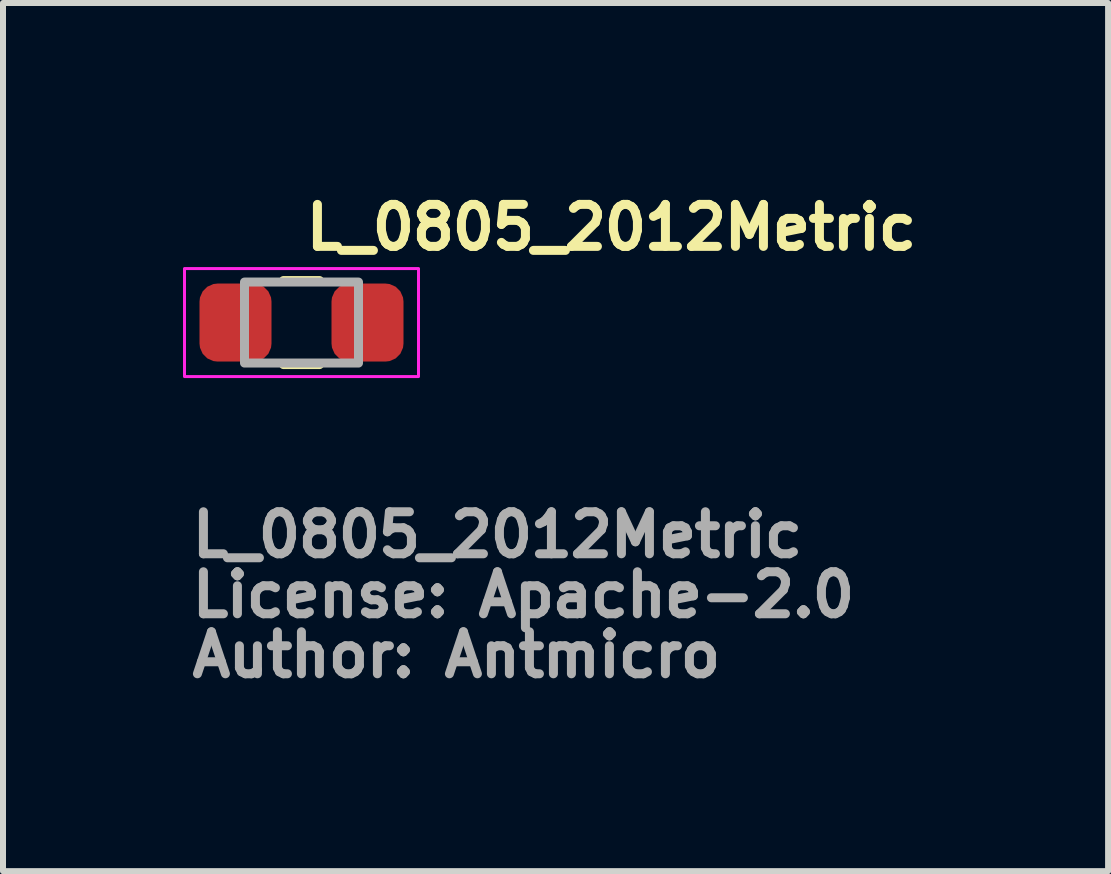
<source format=kicad_pcb>
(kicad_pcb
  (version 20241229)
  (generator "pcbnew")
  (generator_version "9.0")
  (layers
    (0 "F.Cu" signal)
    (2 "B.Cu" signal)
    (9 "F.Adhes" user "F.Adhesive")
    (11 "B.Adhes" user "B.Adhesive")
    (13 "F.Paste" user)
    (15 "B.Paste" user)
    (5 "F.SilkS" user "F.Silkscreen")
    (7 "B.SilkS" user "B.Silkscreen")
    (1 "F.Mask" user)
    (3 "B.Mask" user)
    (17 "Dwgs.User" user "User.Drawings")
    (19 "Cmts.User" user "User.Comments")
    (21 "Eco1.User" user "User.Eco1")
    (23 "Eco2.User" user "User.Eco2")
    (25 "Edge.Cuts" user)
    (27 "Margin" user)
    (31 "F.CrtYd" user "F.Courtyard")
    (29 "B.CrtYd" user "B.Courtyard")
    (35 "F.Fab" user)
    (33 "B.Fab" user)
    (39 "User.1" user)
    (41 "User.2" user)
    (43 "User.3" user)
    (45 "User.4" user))
  (footprint "L_0805_2012Metric"
    (layer "F.Cu")
    (at 1.975 2.326)
    (property "Reference" "L_0805_2012Metric" (at 0 -1.176 0) (layer "F.SilkS") (effects (font (size 0.7 0.7) (thickness 0.15)) (justify left bottom)))
    (attr smd)
    (fp_line (start -0.3 -0.7) (end 0.3 -0.7) (stroke (width 0.15) (type solid)) (layer "F.SilkS"))
    (fp_line (start -0.3 0.7) (end 0.3 0.7) (stroke (width 0.15) (type solid)) (layer "F.SilkS"))
    (fp_rect (start 1.95 -0.9) (end -1.95 0.9) (stroke (width 0.05) (type default)) (fill no) (layer "F.CrtYd"))
    (fp_rect (start -0.95 -0.675) (end 0.95 0.675) (stroke (width 0.15) (type solid)) (fill no) (layer "F.Fab"))
    (fp_rect (start -1 -0.624) (end 1 0.624) (stroke (width 0.1) (type solid)) (fill no) (layer "User.5"))
    (fp_line (start -1 -0.62) (end -1 -0.619) (stroke (width 0.02) (type solid)) (layer "User.9"))
    (fp_line (start -1 -0.619) (end -1 -0.619) (stroke (width 0.02) (type solid)) (layer "User.9"))
    (fp_line (start -1 -0.619) (end -1 -0.618) (stroke (width 0.02) (type solid)) (layer "User.9"))
    (fp_line (start -1 -0.618) (end -1 -0.618) (stroke (width 0.02) (type solid)) (layer "User.9"))
    (fp_line (start -1 -0.618) (end -1 -0.618) (stroke (width 0.02) (type solid)) (layer "User.9"))
    (fp_line (start -1 -0.618) (end -1 -0.617) (stroke (width 0.02) (type solid)) (layer "User.9"))
    (fp_line (start -1 -0.617) (end -1 -0.617) (stroke (width 0.02) (type solid)) (layer "User.9"))
    (fp_line (start -1 -0.617) (end -1 -0.616) (stroke (width 0.02) (type solid)) (layer "User.9"))
    (fp_line (start -1 -0.616) (end -1 -0.615) (stroke (width 0.02) (type solid)) (layer "User.9"))
    (fp_line (start -1 -0.615) (end -1 -0.615) (stroke (width 0.02) (type solid)) (layer "User.9"))
    (fp_line (start -1 -0.615) (end -1 -0.615) (stroke (width 0.02) (type solid)) (layer "User.9"))
    (fp_line (start -1 -0.615) (end -1 -0.614) (stroke (width 0.02) (type solid)) (layer "User.9"))
    (fp_line (start -1 -0.615) (end -1 0.613) (stroke (width 0.02) (type solid)) (layer "User.9"))
    (fp_line (start -1 -0.614) (end -1 -0.614) (stroke (width 0.02) (type solid)) (layer "User.9"))
    (fp_line (start -1 -0.614) (end -1 -0.613) (stroke (width 0.02) (type solid)) (layer "User.9"))
    (fp_line (start -1 -0.613) (end -1 -0.613) (stroke (width 0.02) (type solid)) (layer "User.9"))
    (fp_line (start -1 -0.613) (end -1 -0.613) (stroke (width 0.02) (type solid)) (layer "User.9"))
    (fp_line (start -1 -0.613) (end -1 -0.612) (stroke (width 0.02) (type solid)) (layer "User.9"))
    (fp_line (start -1 -0.612) (end -1 -0.612) (stroke (width 0.02) (type solid)) (layer "User.9"))
    (fp_line (start -1 -0.612) (end -1 -0.611) (stroke (width 0.02) (type solid)) (layer "User.9"))
    (fp_line (start -1 -0.611) (end -0.999 -0.611) (stroke (width 0.02) (type solid)) (layer "User.9"))
    (fp_line (start -1 0.609) (end -1 0.61) (stroke (width 0.02) (type solid)) (layer "User.9"))
    (fp_line (start -1 0.61) (end -1 0.61) (stroke (width 0.02) (type solid)) (layer "User.9"))
    (fp_line (start -1 0.61) (end -1 0.611) (stroke (width 0.02) (type solid)) (layer "User.9"))
    (fp_line (start -1 0.611) (end -1 0.611) (stroke (width 0.02) (type solid)) (layer "User.9"))
    (fp_line (start -1 0.611) (end -1 0.611) (stroke (width 0.02) (type solid)) (layer "User.9"))
    (fp_line (start -1 0.611) (end -1 0.612) (stroke (width 0.02) (type solid)) (layer "User.9"))
    (fp_line (start -1 0.612) (end -1 0.612) (stroke (width 0.02) (type solid)) (layer "User.9"))
    (fp_line (start -1 0.612) (end -1 0.613) (stroke (width 0.02) (type solid)) (layer "User.9"))
    (fp_line (start -1 0.613) (end -1 0.613) (stroke (width 0.02) (type solid)) (layer "User.9"))
    (fp_line (start -1 0.613) (end -1 0.613) (stroke (width 0.02) (type solid)) (layer "User.9"))
    (fp_line (start -1 0.613) (end -1 0.614) (stroke (width 0.02) (type solid)) (layer "User.9"))
    (fp_line (start -1 0.614) (end -1 0.615) (stroke (width 0.02) (type solid)) (layer "User.9"))
    (fp_line (start -1 0.615) (end -1 0.615) (stroke (width 0.02) (type solid)) (layer "User.9"))
    (fp_line (start -1 0.615) (end -1 0.616) (stroke (width 0.02) (type solid)) (layer "User.9"))
    (fp_line (start -1 0.616) (end -1 0.616) (stroke (width 0.02) (type solid)) (layer "User.9"))
    (fp_line (start -1 0.616) (end -1 0.616) (stroke (width 0.02) (type solid)) (layer "User.9"))
    (fp_line (start -1 0.616) (end -1 0.617) (stroke (width 0.02) (type solid)) (layer "User.9"))
    (fp_line (start -1 0.617) (end -1 0.617) (stroke (width 0.02) (type solid)) (layer "User.9"))
    (fp_line (start -1 0.617) (end -1 0.618) (stroke (width 0.02) (type solid)) (layer "User.9"))
    (fp_line (start -1 0.618) (end -0.999 0.618) (stroke (width 0.02) (type solid)) (layer "User.9"))
    (fp_line (start -0.999 -0.621) (end -0.999 -0.621) (stroke (width 0.02) (type solid)) (layer "User.9"))
    (fp_line (start -0.999 -0.621) (end -0.999 -0.621) (stroke (width 0.02) (type solid)) (layer "User.9"))
    (fp_line (start -0.999 -0.621) (end -0.999 -0.62) (stroke (width 0.02) (type solid)) (layer "User.9"))
    (fp_line (start -0.999 -0.62) (end -1 -0.62) (stroke (width 0.02) (type solid)) (layer "User.9"))
    (fp_line (start -0.999 -0.611) (end -0.999 -0.61) (stroke (width 0.02) (type solid)) (layer "User.9"))
    (fp_line (start -0.999 -0.61) (end -0.999 -0.61) (stroke (width 0.02) (type solid)) (layer "User.9"))
    (fp_line (start -0.999 -0.61) (end -0.999 -0.61) (stroke (width 0.02) (type solid)) (layer "User.9"))
    (fp_line (start -0.999 -0.61) (end -0.998 -0.609) (stroke (width 0.02) (type solid)) (layer "User.9"))
    (fp_line (start -0.999 0.608) (end -0.999 0.608) (stroke (width 0.02) (type solid)) (layer "User.9"))
    (fp_line (start -0.999 0.608) (end -0.999 0.608) (stroke (width 0.02) (type solid)) (layer "User.9"))
    (fp_line (start -0.999 0.608) (end -0.999 0.609) (stroke (width 0.02) (type solid)) (layer "User.9"))
    (fp_line (start -0.999 0.609) (end -1 0.609) (stroke (width 0.02) (type solid)) (layer "User.9"))
    (fp_line (start -0.999 0.618) (end -0.999 0.619) (stroke (width 0.02) (type solid)) (layer "User.9"))
    (fp_line (start -0.999 0.619) (end -0.999 0.619) (stroke (width 0.02) (type solid)) (layer "User.9"))
    (fp_line (start -0.999 0.619) (end -0.999 0.619) (stroke (width 0.02) (type solid)) (layer "User.9"))
    (fp_line (start -0.999 0.619) (end -0.998 0.62) (stroke (width 0.02) (type solid)) (layer "User.9"))
    (fp_line (start -0.998 -0.623) (end -0.998 -0.622) (stroke (width 0.02) (type solid)) (layer "User.9"))
    (fp_line (start -0.998 -0.622) (end -0.999 -0.621) (stroke (width 0.02) (type solid)) (layer "User.9"))
    (fp_line (start -0.998 -0.622) (end -0.998 -0.622) (stroke (width 0.02) (type solid)) (layer "User.9"))
    (fp_line (start -0.998 -0.609) (end -0.998 -0.609) (stroke (width 0.02) (type solid)) (layer "User.9"))
    (fp_line (start -0.998 -0.609) (end -0.998 -0.608) (stroke (width 0.02) (type solid)) (layer "User.9"))
    (fp_line (start -0.998 -0.608) (end -0.997 -0.608) (stroke (width 0.02) (type solid)) (layer "User.9"))
    (fp_line (start -0.998 0.606) (end -0.998 0.607) (stroke (width 0.02) (type solid)) (layer "User.9"))
    (fp_line (start -0.998 0.607) (end -0.999 0.608) (stroke (width 0.02) (type solid)) (layer "User.9"))
    (fp_line (start -0.998 0.607) (end -0.998 0.607) (stroke (width 0.02) (type solid)) (layer "User.9"))
    (fp_line (start -0.998 0.62) (end -0.998 0.62) (stroke (width 0.02) (type solid)) (layer "User.9"))
    (fp_line (start -0.998 0.62) (end -0.998 0.621) (stroke (width 0.02) (type solid)) (layer "User.9"))
    (fp_line (start -0.998 0.621) (end -0.997 0.621) (stroke (width 0.02) (type solid)) (layer "User.9"))
    (fp_line (start -0.997 -0.623) (end -0.998 -0.623) (stroke (width 0.02) (type solid)) (layer "User.9"))
    (fp_line (start -0.997 -0.623) (end -0.997 -0.623) (stroke (width 0.02) (type solid)) (layer "User.9"))
    (fp_line (start -0.997 -0.608) (end -0.997 -0.608) (stroke (width 0.02) (type solid)) (layer "User.9"))
    (fp_line (start -0.997 -0.608) (end -0.996 -0.607) (stroke (width 0.02) (type solid)) (layer "User.9"))
    (fp_line (start -0.997 0.606) (end -0.998 0.606) (stroke (width 0.02) (type solid)) (layer "User.9"))
    (fp_line (start -0.997 0.606) (end -0.997 0.606) (stroke (width 0.02) (type solid)) (layer "User.9"))
    (fp_line (start -0.997 0.621) (end -0.997 0.621) (stroke (width 0.02) (type solid)) (layer "User.9"))
    (fp_line (start -0.997 0.621) (end -0.996 0.622) (stroke (width 0.02) (type solid)) (layer "User.9"))
    (fp_line (start -0.996 -0.624) (end -0.997 -0.623) (stroke (width 0.02) (type solid)) (layer "User.9"))
    (fp_line (start -0.996 -0.624) (end -0.996 -0.624) (stroke (width 0.02) (type solid)) (layer "User.9"))
    (fp_line (start -0.996 -0.624) (end -0.996 -0.624) (stroke (width 0.02) (type solid)) (layer "User.9"))
    (fp_line (start -0.996 -0.607) (end -0.996 -0.607) (stroke (width 0.02) (type solid)) (layer "User.9"))
    (fp_line (start -0.996 -0.607) (end -0.996 -0.607) (stroke (width 0.02) (type solid)) (layer "User.9"))
    (fp_line (start -0.996 -0.607) (end -0.995 -0.607) (stroke (width 0.02) (type solid)) (layer "User.9"))
    (fp_line (start -0.996 0.605) (end -0.997 0.606) (stroke (width 0.02) (type solid)) (layer "User.9"))
    (fp_line (start -0.996 0.605) (end -0.996 0.605) (stroke (width 0.02) (type solid)) (layer "User.9"))
    (fp_line (start -0.996 0.605) (end -0.996 0.605) (stroke (width 0.02) (type solid)) (layer "User.9"))
    (fp_line (start -0.996 0.622) (end -0.996 0.622) (stroke (width 0.02) (type solid)) (layer "User.9"))
    (fp_line (start -0.996 0.622) (end -0.996 0.622) (stroke (width 0.02) (type solid)) (layer "User.9"))
    (fp_line (start -0.996 0.622) (end -0.995 0.622) (stroke (width 0.02) (type solid)) (layer "User.9"))
    (fp_line (start -0.995 -0.625) (end -0.995 -0.624) (stroke (width 0.02) (type solid)) (layer "User.9"))
    (fp_line (start -0.995 -0.624) (end -0.996 -0.624) (stroke (width 0.02) (type solid)) (layer "User.9"))
    (fp_line (start -0.995 -0.607) (end -0.995 -0.606) (stroke (width 0.02) (type solid)) (layer "User.9"))
    (fp_line (start -0.995 -0.606) (end -0.994 -0.606) (stroke (width 0.02) (type solid)) (layer "User.9"))
    (fp_line (start -0.995 0.604) (end -0.995 0.605) (stroke (width 0.02) (type solid)) (layer "User.9"))
    (fp_line (start -0.995 0.605) (end -0.996 0.605) (stroke (width 0.02) (type solid)) (layer "User.9"))
    (fp_line (start -0.995 0.622) (end -0.995 0.623) (stroke (width 0.02) (type solid)) (layer "User.9"))
    (fp_line (start -0.995 0.623) (end -0.994 0.623) (stroke (width 0.02) (type solid)) (layer "User.9"))
    (fp_line (start -0.994 -0.625) (end -0.995 -0.625) (stroke (width 0.02) (type solid)) (layer "User.9"))
    (fp_line (start -0.994 -0.625) (end -0.994 -0.625) (stroke (width 0.02) (type solid)) (layer "User.9"))
    (fp_line (start -0.994 -0.606) (end -0.994 -0.606) (stroke (width 0.02) (type solid)) (layer "User.9"))
    (fp_line (start -0.994 -0.606) (end -0.993 -0.606) (stroke (width 0.02) (type solid)) (layer "User.9"))
    (fp_line (start -0.994 0.604) (end -0.995 0.604) (stroke (width 0.02) (type solid)) (layer "User.9"))
    (fp_line (start -0.994 0.604) (end -0.994 0.604) (stroke (width 0.02) (type solid)) (layer "User.9"))
    (fp_line (start -0.994 0.623) (end -0.994 0.623) (stroke (width 0.02) (type solid)) (layer "User.9"))
    (fp_line (start -0.994 0.623) (end -0.993 0.623) (stroke (width 0.02) (type solid)) (layer "User.9"))
    (fp_line (start -0.993 -0.625) (end -0.994 -0.625) (stroke (width 0.02) (type solid)) (layer "User.9"))
    (fp_line (start -0.993 -0.625) (end -0.993 -0.625) (stroke (width 0.02) (type solid)) (layer "User.9"))
    (fp_line (start -0.993 -0.625) (end -0.993 -0.625) (stroke (width 0.02) (type solid)) (layer "User.9"))
    (fp_line (start -0.993 -0.606) (end -0.993 -0.606) (stroke (width 0.02) (type solid)) (layer "User.9"))
    (fp_line (start -0.993 -0.606) (end -0.993 -0.606) (stroke (width 0.02) (type solid)) (layer "User.9"))
    (fp_line (start -0.993 -0.606) (end -0.992 -0.606) (stroke (width 0.02) (type solid)) (layer "User.9"))
    (fp_line (start -0.993 0.604) (end -0.994 0.604) (stroke (width 0.02) (type solid)) (layer "User.9"))
    (fp_line (start -0.993 0.604) (end -0.993 0.604) (stroke (width 0.02) (type solid)) (layer "User.9"))
    (fp_line (start -0.993 0.604) (end -0.993 0.604) (stroke (width 0.02) (type solid)) (layer "User.9"))
    (fp_line (start -0.993 0.623) (end -0.993 0.623) (stroke (width 0.02) (type solid)) (layer "User.9"))
    (fp_line (start -0.993 0.623) (end -0.993 0.623) (stroke (width 0.02) (type solid)) (layer "User.9"))
    (fp_line (start -0.993 0.623) (end -0.992 0.623) (stroke (width 0.02) (type solid)) (layer "User.9"))
    (fp_line (start -0.992 -0.625) (end -0.993 -0.625) (stroke (width 0.02) (type solid)) (layer "User.9"))
    (fp_line (start -0.992 -0.625) (end -0.992 -0.625) (stroke (width 0.02) (type solid)) (layer "User.9"))
    (fp_line (start -0.992 -0.606) (end -0.992 -0.606) (stroke (width 0.02) (type solid)) (layer "User.9"))
    (fp_line (start -0.992 -0.606) (end -0.991 -0.606) (stroke (width 0.02) (type solid)) (layer "User.9"))
    (fp_line (start -0.992 0.604) (end -0.993 0.604) (stroke (width 0.02) (type solid)) (layer "User.9"))
    (fp_line (start -0.992 0.604) (end -0.992 0.604) (stroke (width 0.02) (type solid)) (layer "User.9"))
    (fp_line (start -0.992 0.623) (end -0.992 0.623) (stroke (width 0.02) (type solid)) (layer "User.9"))
    (fp_line (start -0.992 0.623) (end -0.991 0.623) (stroke (width 0.02) (type solid)) (layer "User.9"))
    (fp_line (start -0.991 -0.625) (end -0.992 -0.625) (stroke (width 0.02) (type solid)) (layer "User.9"))
    (fp_line (start -0.991 -0.606) (end -0.99 -0.605) (stroke (width 0.02) (type solid)) (layer "User.9"))
    (fp_line (start -0.991 0.604) (end -0.992 0.604) (stroke (width 0.02) (type solid)) (layer "User.9"))
    (fp_line (start -0.991 0.623) (end -0.99 0.623) (stroke (width 0.02) (type solid)) (layer "User.9"))
    (fp_line (start -0.99 -0.625) (end -0.991 -0.625) (stroke (width 0.02) (type solid)) (layer "User.9"))
    (fp_line (start -0.99 -0.625) (end -0.99 -0.625) (stroke (width 0.02) (type solid)) (layer "User.9"))
    (fp_line (start -0.99 -0.625) (end -0.99 -0.625) (stroke (width 0.02) (type solid)) (layer "User.9"))
    (fp_line (start -0.99 -0.606) (end -0.989 -0.606) (stroke (width 0.02) (type solid)) (layer "User.9"))
    (fp_line (start -0.99 -0.605) (end -0.99 -0.606) (stroke (width 0.02) (type solid)) (layer "User.9"))
    (fp_line (start -0.99 -0.605) (end -0.99 -0.605) (stroke (width 0.02) (type solid)) (layer "User.9"))
    (fp_line (start -0.99 0.604) (end -0.991 0.604) (stroke (width 0.02) (type solid)) (layer "User.9"))
    (fp_line (start -0.99 0.604) (end -0.99 0.604) (stroke (width 0.02) (type solid)) (layer "User.9"))
    (fp_line (start -0.99 0.604) (end -0.99 0.604) (stroke (width 0.02) (type solid)) (layer "User.9"))
    (fp_line (start -0.99 0.623) (end -0.99 0.623) (stroke (width 0.02) (type solid)) (layer "User.9"))
    (fp_line (start -0.99 0.623) (end -0.99 0.623) (stroke (width 0.02) (type solid)) (layer "User.9"))
    (fp_line (start -0.99 0.623) (end -0.989 0.623) (stroke (width 0.02) (type solid)) (layer "User.9"))
    (fp_line (start -0.99 0.623) (end -0.5 0.623) (stroke (width 0.02) (type solid)) (layer "User.9"))
    (fp_line (start -0.989 -0.625) (end -0.99 -0.625) (stroke (width 0.02) (type solid)) (layer "User.9"))
    (fp_line (start -0.989 -0.625) (end -0.989 -0.625) (stroke (width 0.02) (type solid)) (layer "User.9"))
    (fp_line (start -0.989 -0.606) (end -0.989 -0.606) (stroke (width 0.02) (type solid)) (layer "User.9"))
    (fp_line (start -0.989 -0.606) (end -0.988 -0.606) (stroke (width 0.02) (type solid)) (layer "User.9"))
    (fp_line (start -0.989 0.604) (end -0.99 0.604) (stroke (width 0.02) (type solid)) (layer "User.9"))
    (fp_line (start -0.989 0.604) (end -0.989 0.604) (stroke (width 0.02) (type solid)) (layer "User.9"))
    (fp_line (start -0.989 0.623) (end -0.989 0.623) (stroke (width 0.02) (type solid)) (layer "User.9"))
    (fp_line (start -0.989 0.623) (end -0.988 0.623) (stroke (width 0.02) (type solid)) (layer "User.9"))
    (fp_line (start -0.988 -0.625) (end -0.989 -0.625) (stroke (width 0.02) (type solid)) (layer "User.9"))
    (fp_line (start -0.988 -0.625) (end -0.988 -0.625) (stroke (width 0.02) (type solid)) (layer "User.9"))
    (fp_line (start -0.988 -0.625) (end -0.988 -0.625) (stroke (width 0.02) (type solid)) (layer "User.9"))
    (fp_line (start -0.988 -0.606) (end -0.988 -0.606) (stroke (width 0.02) (type solid)) (layer "User.9"))
    (fp_line (start -0.988 -0.606) (end -0.988 -0.606) (stroke (width 0.02) (type solid)) (layer "User.9"))
    (fp_line (start -0.988 -0.606) (end -0.987 -0.606) (stroke (width 0.02) (type solid)) (layer "User.9"))
    (fp_line (start -0.988 0.604) (end -0.989 0.604) (stroke (width 0.02) (type solid)) (layer "User.9"))
    (fp_line (start -0.988 0.604) (end -0.988 0.604) (stroke (width 0.02) (type solid)) (layer "User.9"))
    (fp_line (start -0.988 0.604) (end -0.988 0.604) (stroke (width 0.02) (type solid)) (layer "User.9"))
    (fp_line (start -0.988 0.623) (end -0.988 0.623) (stroke (width 0.02) (type solid)) (layer "User.9"))
    (fp_line (start -0.988 0.623) (end -0.988 0.623) (stroke (width 0.02) (type solid)) (layer "User.9"))
    (fp_line (start -0.988 0.623) (end -0.987 0.623) (stroke (width 0.02) (type solid)) (layer "User.9"))
    (fp_line (start -0.987 -0.625) (end -0.988 -0.625) (stroke (width 0.02) (type solid)) (layer "User.9"))
    (fp_line (start -0.987 -0.625) (end -0.987 -0.625) (stroke (width 0.02) (type solid)) (layer "User.9"))
    (fp_line (start -0.987 -0.606) (end -0.987 -0.606) (stroke (width 0.02) (type solid)) (layer "User.9"))
    (fp_line (start -0.987 -0.606) (end -0.986 -0.606) (stroke (width 0.02) (type solid)) (layer "User.9"))
    (fp_line (start -0.987 0.604) (end -0.988 0.604) (stroke (width 0.02) (type solid)) (layer "User.9"))
    (fp_line (start -0.987 0.604) (end -0.987 0.604) (stroke (width 0.02) (type solid)) (layer "User.9"))
    (fp_line (start -0.987 0.623) (end -0.987 0.623) (stroke (width 0.02) (type solid)) (layer "User.9"))
    (fp_line (start -0.987 0.623) (end -0.986 0.623) (stroke (width 0.02) (type solid)) (layer "User.9"))
    (fp_line (start -0.986 -0.625) (end -0.987 -0.625) (stroke (width 0.02) (type solid)) (layer "User.9"))
    (fp_line (start -0.986 -0.624) (end -0.986 -0.625) (stroke (width 0.02) (type solid)) (layer "User.9"))
    (fp_line (start -0.986 -0.607) (end -0.985 -0.607) (stroke (width 0.02) (type solid)) (layer "User.9"))
    (fp_line (start -0.986 -0.606) (end -0.986 -0.607) (stroke (width 0.02) (type solid)) (layer "User.9"))
    (fp_line (start -0.986 0.604) (end -0.987 0.604) (stroke (width 0.02) (type solid)) (layer "User.9"))
    (fp_line (start -0.986 0.605) (end -0.986 0.604) (stroke (width 0.02) (type solid)) (layer "User.9"))
    (fp_line (start -0.986 0.622) (end -0.985 0.622) (stroke (width 0.02) (type solid)) (layer "User.9"))
    (fp_line (start -0.986 0.623) (end -0.986 0.622) (stroke (width 0.02) (type solid)) (layer "User.9"))
    (fp_line (start -0.985 -0.624) (end -0.986 -0.624) (stroke (width 0.02) (type solid)) (layer "User.9"))
    (fp_line (start -0.985 -0.624) (end -0.985 -0.624) (stroke (width 0.02) (type solid)) (layer "User.9"))
    (fp_line (start -0.985 -0.624) (end -0.985 -0.624) (stroke (width 0.02) (type solid)) (layer "User.9"))
    (fp_line (start -0.985 -0.607) (end -0.985 -0.607) (stroke (width 0.02) (type solid)) (layer "User.9"))
    (fp_line (start -0.985 -0.607) (end -0.985 -0.607) (stroke (width 0.02) (type solid)) (layer "User.9"))
    (fp_line (start -0.985 -0.607) (end -0.984 -0.608) (stroke (width 0.02) (type solid)) (layer "User.9"))
    (fp_line (start -0.985 0.605) (end -0.986 0.605) (stroke (width 0.02) (type solid)) (layer "User.9"))
    (fp_line (start -0.985 0.605) (end -0.985 0.605) (stroke (width 0.02) (type solid)) (layer "User.9"))
    (fp_line (start -0.985 0.605) (end -0.985 0.605) (stroke (width 0.02) (type solid)) (layer "User.9"))
    (fp_line (start -0.985 0.622) (end -0.985 0.622) (stroke (width 0.02) (type solid)) (layer "User.9"))
    (fp_line (start -0.985 0.622) (end -0.985 0.622) (stroke (width 0.02) (type solid)) (layer "User.9"))
    (fp_line (start -0.985 0.622) (end -0.984 0.621) (stroke (width 0.02) (type solid)) (layer "User.9"))
    (fp_line (start -0.984 -0.623) (end -0.985 -0.624) (stroke (width 0.02) (type solid)) (layer "User.9"))
    (fp_line (start -0.984 -0.623) (end -0.984 -0.623) (stroke (width 0.02) (type solid)) (layer "User.9"))
    (fp_line (start -0.984 -0.608) (end -0.984 -0.608) (stroke (width 0.02) (type solid)) (layer "User.9"))
    (fp_line (start -0.984 -0.608) (end -0.983 -0.608) (stroke (width 0.02) (type solid)) (layer "User.9"))
    (fp_line (start -0.984 0.606) (end -0.985 0.605) (stroke (width 0.02) (type solid)) (layer "User.9"))
    (fp_line (start -0.984 0.606) (end -0.984 0.606) (stroke (width 0.02) (type solid)) (layer "User.9"))
    (fp_line (start -0.984 0.621) (end -0.984 0.621) (stroke (width 0.02) (type solid)) (layer "User.9"))
    (fp_line (start -0.984 0.621) (end -0.983 0.621) (stroke (width 0.02) (type solid)) (layer "User.9"))
    (fp_line (start -0.983 -0.623) (end -0.984 -0.623) (stroke (width 0.02) (type solid)) (layer "User.9"))
    (fp_line (start -0.983 -0.622) (end -0.983 -0.623) (stroke (width 0.02) (type solid)) (layer "User.9"))
    (fp_line (start -0.983 -0.622) (end -0.983 -0.622) (stroke (width 0.02) (type solid)) (layer "User.9"))
    (fp_line (start -0.983 -0.609) (end -0.983 -0.609) (stroke (width 0.02) (type solid)) (layer "User.9"))
    (fp_line (start -0.983 -0.609) (end -0.982 -0.61) (stroke (width 0.02) (type solid)) (layer "User.9"))
    (fp_line (start -0.983 -0.608) (end -0.983 -0.609) (stroke (width 0.02) (type solid)) (layer "User.9"))
    (fp_line (start -0.983 0.606) (end -0.984 0.606) (stroke (width 0.02) (type solid)) (layer "User.9"))
    (fp_line (start -0.983 0.607) (end -0.983 0.606) (stroke (width 0.02) (type solid)) (layer "User.9"))
    (fp_line (start -0.983 0.607) (end -0.983 0.607) (stroke (width 0.02) (type solid)) (layer "User.9"))
    (fp_line (start -0.983 0.62) (end -0.983 0.62) (stroke (width 0.02) (type solid)) (layer "User.9"))
    (fp_line (start -0.983 0.62) (end -0.982 0.619) (stroke (width 0.02) (type solid)) (layer "User.9"))
    (fp_line (start -0.983 0.621) (end -0.983 0.62) (stroke (width 0.02) (type solid)) (layer "User.9"))
    (fp_line (start -0.982 -0.621) (end -0.983 -0.622) (stroke (width 0.02) (type solid)) (layer "User.9"))
    (fp_line (start -0.982 -0.621) (end -0.982 -0.621) (stroke (width 0.02) (type solid)) (layer "User.9"))
    (fp_line (start -0.982 -0.621) (end -0.982 -0.621) (stroke (width 0.02) (type solid)) (layer "User.9"))
    (fp_line (start -0.982 -0.62) (end -0.982 -0.621) (stroke (width 0.02) (type solid)) (layer "User.9"))
    (fp_line (start -0.982 -0.611) (end -0.981 -0.611) (stroke (width 0.02) (type solid)) (layer "User.9"))
    (fp_line (start -0.982 -0.61) (end -0.982 -0.611) (stroke (width 0.02) (type solid)) (layer "User.9"))
    (fp_line (start -0.982 -0.61) (end -0.982 -0.61) (stroke (width 0.02) (type solid)) (layer "User.9"))
    (fp_line (start -0.982 -0.61) (end -0.982 -0.61) (stroke (width 0.02) (type solid)) (layer "User.9"))
    (fp_line (start -0.982 0.608) (end -0.983 0.607) (stroke (width 0.02) (type solid)) (layer "User.9"))
    (fp_line (start -0.982 0.608) (end -0.982 0.608) (stroke (width 0.02) (type solid)) (layer "User.9"))
    (fp_line (start -0.982 0.608) (end -0.982 0.608) (stroke (width 0.02) (type solid)) (layer "User.9"))
    (fp_line (start -0.982 0.609) (end -0.982 0.608) (stroke (width 0.02) (type solid)) (layer "User.9"))
    (fp_line (start -0.982 0.618) (end -0.981 0.618) (stroke (width 0.02) (type solid)) (layer "User.9"))
    (fp_line (start -0.982 0.619) (end -0.982 0.618) (stroke (width 0.02) (type solid)) (layer "User.9"))
    (fp_line (start -0.982 0.619) (end -0.982 0.619) (stroke (width 0.02) (type solid)) (layer "User.9"))
    (fp_line (start -0.982 0.619) (end -0.982 0.619) (stroke (width 0.02) (type solid)) (layer "User.9"))
    (fp_line (start -0.981 -0.62) (end -0.982 -0.62) (stroke (width 0.02) (type solid)) (layer "User.9"))
    (fp_line (start -0.981 -0.619) (end -0.981 -0.62) (stroke (width 0.02) (type solid)) (layer "User.9"))
    (fp_line (start -0.981 -0.619) (end -0.981 -0.619) (stroke (width 0.02) (type solid)) (layer "User.9"))
    (fp_line (start -0.981 -0.618) (end -0.981 -0.619) (stroke (width 0.02) (type solid)) (layer "User.9"))
    (fp_line (start -0.981 -0.618) (end -0.981 -0.618) (stroke (width 0.02) (type solid)) (layer "User.9"))
    (fp_line (start -0.981 -0.618) (end -0.981 -0.618) (stroke (width 0.02) (type solid)) (layer "User.9"))
    (fp_line (start -0.981 -0.617) (end -0.981 -0.618) (stroke (width 0.02) (type solid)) (layer "User.9"))
    (fp_line (start -0.981 -0.617) (end -0.981 -0.617) (stroke (width 0.02) (type solid)) (layer "User.9"))
    (fp_line (start -0.981 -0.616) (end -0.981 -0.617) (stroke (width 0.02) (type solid)) (layer "User.9"))
    (fp_line (start -0.981 -0.615) (end -0.98 -0.615) (stroke (width 0.02) (type solid)) (layer "User.9"))
    (fp_line (start -0.981 -0.614) (end -0.981 -0.615) (stroke (width 0.02) (type solid)) (layer "User.9"))
    (fp_line (start -0.981 -0.614) (end -0.981 -0.614) (stroke (width 0.02) (type solid)) (layer "User.9"))
    (fp_line (start -0.981 -0.613) (end -0.981 -0.614) (stroke (width 0.02) (type solid)) (layer "User.9"))
    (fp_line (start -0.981 -0.613) (end -0.981 -0.613) (stroke (width 0.02) (type solid)) (layer "User.9"))
    (fp_line (start -0.981 -0.613) (end -0.981 -0.613) (stroke (width 0.02) (type solid)) (layer "User.9"))
    (fp_line (start -0.981 -0.612) (end -0.981 -0.613) (stroke (width 0.02) (type solid)) (layer "User.9"))
    (fp_line (start -0.981 -0.612) (end -0.981 -0.612) (stroke (width 0.02) (type solid)) (layer "User.9"))
    (fp_line (start -0.981 -0.611) (end -0.981 -0.612) (stroke (width 0.02) (type solid)) (layer "User.9"))
    (fp_line (start -0.981 0.609) (end -0.982 0.609) (stroke (width 0.02) (type solid)) (layer "User.9"))
    (fp_line (start -0.981 0.61) (end -0.981 0.609) (stroke (width 0.02) (type solid)) (layer "User.9"))
    (fp_line (start -0.981 0.61) (end -0.981 0.61) (stroke (width 0.02) (type solid)) (layer "User.9"))
    (fp_line (start -0.981 0.611) (end -0.981 0.61) (stroke (width 0.02) (type solid)) (layer "User.9"))
    (fp_line (start -0.981 0.611) (end -0.981 0.611) (stroke (width 0.02) (type solid)) (layer "User.9"))
    (fp_line (start -0.981 0.611) (end -0.981 0.611) (stroke (width 0.02) (type solid)) (layer "User.9"))
    (fp_line (start -0.981 0.612) (end -0.981 0.611) (stroke (width 0.02) (type solid)) (layer "User.9"))
    (fp_line (start -0.981 0.612) (end -0.981 0.612) (stroke (width 0.02) (type solid)) (layer "User.9"))
    (fp_line (start -0.981 0.613) (end -0.981 0.612) (stroke (width 0.02) (type solid)) (layer "User.9"))
    (fp_line (start -0.981 0.614) (end -0.98 0.613) (stroke (width 0.02) (type solid)) (layer "User.9"))
    (fp_line (start -0.981 0.615) (end -0.981 0.614) (stroke (width 0.02) (type solid)) (layer "User.9"))
    (fp_line (start -0.981 0.615) (end -0.981 0.615) (stroke (width 0.02) (type solid)) (layer "User.9"))
    (fp_line (start -0.981 0.616) (end -0.981 0.615) (stroke (width 0.02) (type solid)) (layer "User.9"))
    (fp_line (start -0.981 0.616) (end -0.981 0.616) (stroke (width 0.02) (type solid)) (layer "User.9"))
    (fp_line (start -0.981 0.616) (end -0.981 0.616) (stroke (width 0.02) (type solid)) (layer "User.9"))
    (fp_line (start -0.981 0.617) (end -0.981 0.616) (stroke (width 0.02) (type solid)) (layer "User.9"))
    (fp_line (start -0.981 0.617) (end -0.981 0.617) (stroke (width 0.02) (type solid)) (layer "User.9"))
    (fp_line (start -0.981 0.618) (end -0.981 0.617) (stroke (width 0.02) (type solid)) (layer "User.9"))
    (fp_line (start -0.98 -0.615) (end -0.981 -0.616) (stroke (width 0.02) (type solid)) (layer "User.9"))
    (fp_line (start -0.98 -0.615) (end -0.98 -0.615) (stroke (width 0.02) (type solid)) (layer "User.9"))
    (fp_line (start -0.98 -0.615) (end -0.98 -0.615) (stroke (width 0.02) (type solid)) (layer "User.9"))
    (fp_line (start -0.98 0.613) (end -0.981 0.613) (stroke (width 0.02) (type solid)) (layer "User.9"))
    (fp_line (start -0.98 0.613) (end -0.98 0.613) (stroke (width 0.02) (type solid)) (layer "User.9"))
    (fp_line (start -0.98 0.613) (end -0.98 0.613) (stroke (width 0.02) (type solid)) (layer "User.9"))
    (fp_line (start -0.5 -0.625) (end -0.99 -0.625) (stroke (width 0.02) (type solid)) (layer "User.9"))
    (fp_line (start -0.5 -0.615) (end -0.5 -0.625) (stroke (width 0.02) (type solid)) (layer "User.9"))
    (fp_line (start -0.5 0.609) (end 0.498 0.609) (stroke (width 0.02) (type solid)) (layer "User.9"))
    (fp_line (start -0.5 0.613) (end -0.5 -0.615) (stroke (width 0.02) (type solid)) (layer "User.9"))
    (fp_line (start -0.5 0.623) (end -0.5 0.613) (stroke (width 0.02) (type solid)) (layer "User.9"))
    (fp_line (start 0.498 -0.625) (end 0.498 -0.615) (stroke (width 0.02) (type solid)) (layer "User.9"))
    (fp_line (start 0.498 -0.615) (end 0.498 0.613) (stroke (width 0.02) (type solid)) (layer "User.9"))
    (fp_line (start 0.498 -0.61) (end -0.5 -0.61) (stroke (width 0.02) (type solid)) (layer "User.9"))
    (fp_line (start 0.498 0.613) (end 0.498 0.623) (stroke (width 0.02) (type solid)) (layer "User.9"))
    (fp_line (start 0.498 0.623) (end 0.988 0.623) (stroke (width 0.02) (type solid)) (layer "User.9"))
    (fp_line (start 0.978 -0.615) (end 0.978 -0.615) (stroke (width 0.02) (type solid)) (layer "User.9"))
    (fp_line (start 0.978 -0.615) (end 0.979 -0.615) (stroke (width 0.02) (type solid)) (layer "User.9"))
    (fp_line (start 0.978 0.613) (end 0.978 0.613) (stroke (width 0.02) (type solid)) (layer "User.9"))
    (fp_line (start 0.978 0.613) (end 0.979 0.614) (stroke (width 0.02) (type solid)) (layer "User.9"))
    (fp_line (start 0.979 -0.62) (end 0.979 -0.619) (stroke (width 0.02) (type solid)) (layer "User.9"))
    (fp_line (start 0.979 -0.619) (end 0.979 -0.619) (stroke (width 0.02) (type solid)) (layer "User.9"))
    (fp_line (start 0.979 -0.619) (end 0.979 -0.618) (stroke (width 0.02) (type solid)) (layer "User.9"))
    (fp_line (start 0.979 -0.618) (end 0.979 -0.618) (stroke (width 0.02) (type solid)) (layer "User.9"))
    (fp_line (start 0.979 -0.618) (end 0.979 -0.618) (stroke (width 0.02) (type solid)) (layer "User.9"))
    (fp_line (start 0.979 -0.618) (end 0.979 -0.617) (stroke (width 0.02) (type solid)) (layer "User.9"))
    (fp_line (start 0.979 -0.617) (end 0.979 -0.617) (stroke (width 0.02) (type solid)) (layer "User.9"))
    (fp_line (start 0.979 -0.617) (end 0.979 -0.616) (stroke (width 0.02) (type solid)) (layer "User.9"))
    (fp_line (start 0.979 -0.616) (end 0.978 -0.615) (stroke (width 0.02) (type solid)) (layer "User.9"))
    (fp_line (start 0.979 -0.615) (end 0.979 -0.614) (stroke (width 0.02) (type solid)) (layer "User.9"))
    (fp_line (start 0.979 -0.614) (end 0.979 -0.614) (stroke (width 0.02) (type solid)) (layer "User.9"))
    (fp_line (start 0.979 -0.614) (end 0.979 -0.613) (stroke (width 0.02) (type solid)) (layer "User.9"))
    (fp_line (start 0.979 -0.613) (end 0.979 -0.613) (stroke (width 0.02) (type solid)) (layer "User.9"))
    (fp_line (start 0.979 -0.613) (end 0.979 -0.613) (stroke (width 0.02) (type solid)) (layer "User.9"))
    (fp_line (start 0.979 -0.613) (end 0.979 -0.612) (stroke (width 0.02) (type solid)) (layer "User.9"))
    (fp_line (start 0.979 -0.612) (end 0.979 -0.612) (stroke (width 0.02) (type solid)) (layer "User.9"))
    (fp_line (start 0.979 -0.612) (end 0.979 -0.611) (stroke (width 0.02) (type solid)) (layer "User.9"))
    (fp_line (start 0.979 -0.611) (end 0.98 -0.611) (stroke (width 0.02) (type solid)) (layer "User.9"))
    (fp_line (start 0.979 0.609) (end 0.979 0.61) (stroke (width 0.02) (type solid)) (layer "User.9"))
    (fp_line (start 0.979 0.61) (end 0.979 0.61) (stroke (width 0.02) (type solid)) (layer "User.9"))
    (fp_line (start 0.979 0.61) (end 0.979 0.611) (stroke (width 0.02) (type solid)) (layer "User.9"))
    (fp_line (start 0.979 0.611) (end 0.979 0.611) (stroke (width 0.02) (type solid)) (layer "User.9"))
    (fp_line (start 0.979 0.611) (end 0.979 0.611) (stroke (width 0.02) (type solid)) (layer "User.9"))
    (fp_line (start 0.979 0.611) (end 0.979 0.612) (stroke (width 0.02) (type solid)) (layer "User.9"))
    (fp_line (start 0.979 0.612) (end 0.979 0.612) (stroke (width 0.02) (type solid)) (layer "User.9"))
    (fp_line (start 0.979 0.612) (end 0.979 0.613) (stroke (width 0.02) (type solid)) (layer "User.9"))
    (fp_line (start 0.979 0.613) (end 0.978 0.613) (stroke (width 0.02) (type solid)) (layer "User.9"))
    (fp_line (start 0.979 0.614) (end 0.979 0.615) (stroke (width 0.02) (type solid)) (layer "User.9"))
    (fp_line (start 0.979 0.615) (end 0.979 0.615) (stroke (width 0.02) (type solid)) (layer "User.9"))
    (fp_line (start 0.979 0.615) (end 0.979 0.616) (stroke (width 0.02) (type solid)) (layer "User.9"))
    (fp_line (start 0.979 0.616) (end 0.979 0.616) (stroke (width 0.02) (type solid)) (layer "User.9"))
    (fp_line (start 0.979 0.616) (end 0.979 0.616) (stroke (width 0.02) (type solid)) (layer "User.9"))
    (fp_line (start 0.979 0.616) (end 0.979 0.617) (stroke (width 0.02) (type solid)) (layer "User.9"))
    (fp_line (start 0.979 0.617) (end 0.979 0.617) (stroke (width 0.02) (type solid)) (layer "User.9"))
    (fp_line (start 0.979 0.617) (end 0.979 0.618) (stroke (width 0.02) (type solid)) (layer "User.9"))
    (fp_line (start 0.979 0.618) (end 0.98 0.618) (stroke (width 0.02) (type solid)) (layer "User.9"))
    (fp_line (start 0.98 -0.621) (end 0.98 -0.621) (stroke (width 0.02) (type solid)) (layer "User.9"))
    (fp_line (start 0.98 -0.621) (end 0.98 -0.621) (stroke (width 0.02) (type solid)) (layer "User.9"))
    (fp_line (start 0.98 -0.621) (end 0.98 -0.62) (stroke (width 0.02) (type solid)) (layer "User.9"))
    (fp_line (start 0.98 -0.62) (end 0.979 -0.62) (stroke (width 0.02) (type solid)) (layer "User.9"))
    (fp_line (start 0.98 -0.611) (end 0.98 -0.61) (stroke (width 0.02) (type solid)) (layer "User.9"))
    (fp_line (start 0.98 -0.61) (end 0.98 -0.61) (stroke (width 0.02) (type solid)) (layer "User.9"))
    (fp_line (start 0.98 -0.61) (end 0.98 -0.61) (stroke (width 0.02) (type solid)) (layer "User.9"))
    (fp_line (start 0.98 -0.61) (end 0.981 -0.609) (stroke (width 0.02) (type solid)) (layer "User.9"))
    (fp_line (start 0.98 0.608) (end 0.98 0.608) (stroke (width 0.02) (type solid)) (layer "User.9"))
    (fp_line (start 0.98 0.608) (end 0.98 0.608) (stroke (width 0.02) (type solid)) (layer "User.9"))
    (fp_line (start 0.98 0.608) (end 0.98 0.609) (stroke (width 0.02) (type solid)) (layer "User.9"))
    (fp_line (start 0.98 0.609) (end 0.979 0.609) (stroke (width 0.02) (type solid)) (layer "User.9"))
    (fp_line (start 0.98 0.618) (end 0.98 0.619) (stroke (width 0.02) (type solid)) (layer "User.9"))
    (fp_line (start 0.98 0.619) (end 0.98 0.619) (stroke (width 0.02) (type solid)) (layer "User.9"))
    (fp_line (start 0.98 0.619) (end 0.98 0.619) (stroke (width 0.02) (type solid)) (layer "User.9"))
    (fp_line (start 0.98 0.619) (end 0.981 0.62) (stroke (width 0.02) (type solid)) (layer "User.9"))
    (fp_line (start 0.981 -0.623) (end 0.981 -0.622) (stroke (width 0.02) (type solid)) (layer "User.9"))
    (fp_line (start 0.981 -0.622) (end 0.98 -0.621) (stroke (width 0.02) (type solid)) (layer "User.9"))
    (fp_line (start 0.981 -0.622) (end 0.981 -0.622) (stroke (width 0.02) (type solid)) (layer "User.9"))
    (fp_line (start 0.981 -0.609) (end 0.981 -0.609) (stroke (width 0.02) (type solid)) (layer "User.9"))
    (fp_line (start 0.981 -0.609) (end 0.981 -0.608) (stroke (width 0.02) (type solid)) (layer "User.9"))
    (fp_line (start 0.981 -0.608) (end 0.982 -0.608) (stroke (width 0.02) (type solid)) (layer "User.9"))
    (fp_line (start 0.981 0.606) (end 0.981 0.607) (stroke (width 0.02) (type solid)) (layer "User.9"))
    (fp_line (start 0.981 0.607) (end 0.98 0.608) (stroke (width 0.02) (type solid)) (layer "User.9"))
    (fp_line (start 0.981 0.607) (end 0.981 0.607) (stroke (width 0.02) (type solid)) (layer "User.9"))
    (fp_line (start 0.981 0.62) (end 0.981 0.62) (stroke (width 0.02) (type solid)) (layer "User.9"))
    (fp_line (start 0.981 0.62) (end 0.981 0.621) (stroke (width 0.02) (type solid)) (layer "User.9"))
    (fp_line (start 0.981 0.621) (end 0.982 0.621) (stroke (width 0.02) (type solid)) (layer "User.9"))
    (fp_line (start 0.982 -0.623) (end 0.981 -0.623) (stroke (width 0.02) (type solid)) (layer "User.9"))
    (fp_line (start 0.982 -0.623) (end 0.982 -0.623) (stroke (width 0.02) (type solid)) (layer "User.9"))
    (fp_line (start 0.982 -0.608) (end 0.982 -0.608) (stroke (width 0.02) (type solid)) (layer "User.9"))
    (fp_line (start 0.982 -0.608) (end 0.983 -0.607) (stroke (width 0.02) (type solid)) (layer "User.9"))
    (fp_line (start 0.982 0.606) (end 0.981 0.606) (stroke (width 0.02) (type solid)) (layer "User.9"))
    (fp_line (start 0.982 0.606) (end 0.982 0.606) (stroke (width 0.02) (type solid)) (layer "User.9"))
    (fp_line (start 0.982 0.621) (end 0.982 0.621) (stroke (width 0.02) (type solid)) (layer "User.9"))
    (fp_line (start 0.982 0.621) (end 0.983 0.622) (stroke (width 0.02) (type solid)) (layer "User.9"))
    (fp_line (start 0.983 -0.624) (end 0.982 -0.623) (stroke (width 0.02) (type solid)) (layer "User.9"))
    (fp_line (start 0.983 -0.624) (end 0.983 -0.624) (stroke (width 0.02) (type solid)) (layer "User.9"))
    (fp_line (start 0.983 -0.624) (end 0.983 -0.624) (stroke (width 0.02) (type solid)) (layer "User.9"))
    (fp_line (start 0.983 -0.607) (end 0.983 -0.607) (stroke (width 0.02) (type solid)) (layer "User.9"))
    (fp_line (start 0.983 -0.607) (end 0.983 -0.607) (stroke (width 0.02) (type solid)) (layer "User.9"))
    (fp_line (start 0.983 -0.607) (end 0.984 -0.607) (stroke (width 0.02) (type solid)) (layer "User.9"))
    (fp_line (start 0.983 0.605) (end 0.982 0.606) (stroke (width 0.02) (type solid)) (layer "User.9"))
    (fp_line (start 0.983 0.605) (end 0.983 0.605) (stroke (width 0.02) (type solid)) (layer "User.9"))
    (fp_line (start 0.983 0.605) (end 0.983 0.605) (stroke (width 0.02) (type solid)) (layer "User.9"))
    (fp_line (start 0.983 0.622) (end 0.983 0.622) (stroke (width 0.02) (type solid)) (layer "User.9"))
    (fp_line (start 0.983 0.622) (end 0.983 0.622) (stroke (width 0.02) (type solid)) (layer "User.9"))
    (fp_line (start 0.983 0.622) (end 0.984 0.622) (stroke (width 0.02) (type solid)) (layer "User.9"))
    (fp_line (start 0.984 -0.625) (end 0.984 -0.624) (stroke (width 0.02) (type solid)) (layer "User.9"))
    (fp_line (start 0.984 -0.624) (end 0.983 -0.624) (stroke (width 0.02) (type solid)) (layer "User.9"))
    (fp_line (start 0.984 -0.607) (end 0.984 -0.606) (stroke (width 0.02) (type solid)) (layer "User.9"))
    (fp_line (start 0.984 -0.606) (end 0.985 -0.606) (stroke (width 0.02) (type solid)) (layer "User.9"))
    (fp_line (start 0.984 0.604) (end 0.984 0.605) (stroke (width 0.02) (type solid)) (layer "User.9"))
    (fp_line (start 0.984 0.605) (end 0.983 0.605) (stroke (width 0.02) (type solid)) (layer "User.9"))
    (fp_line (start 0.984 0.622) (end 0.984 0.623) (stroke (width 0.02) (type solid)) (layer "User.9"))
    (fp_line (start 0.984 0.623) (end 0.985 0.623) (stroke (width 0.02) (type solid)) (layer "User.9"))
    (fp_line (start 0.985 -0.625) (end 0.984 -0.625) (stroke (width 0.02) (type solid)) (layer "User.9"))
    (fp_line (start 0.985 -0.625) (end 0.985 -0.625) (stroke (width 0.02) (type solid)) (layer "User.9"))
    (fp_line (start 0.985 -0.606) (end 0.985 -0.606) (stroke (width 0.02) (type solid)) (layer "User.9"))
    (fp_line (start 0.985 -0.606) (end 0.986 -0.606) (stroke (width 0.02) (type solid)) (layer "User.9"))
    (fp_line (start 0.985 0.604) (end 0.984 0.604) (stroke (width 0.02) (type solid)) (layer "User.9"))
    (fp_line (start 0.985 0.604) (end 0.985 0.604) (stroke (width 0.02) (type solid)) (layer "User.9"))
    (fp_line (start 0.985 0.623) (end 0.985 0.623) (stroke (width 0.02) (type solid)) (layer "User.9"))
    (fp_line (start 0.985 0.623) (end 0.986 0.623) (stroke (width 0.02) (type solid)) (layer "User.9"))
    (fp_line (start 0.986 -0.625) (end 0.985 -0.625) (stroke (width 0.02) (type solid)) (layer "User.9"))
    (fp_line (start 0.986 -0.625) (end 0.986 -0.625) (stroke (width 0.02) (type solid)) (layer "User.9"))
    (fp_line (start 0.986 -0.625) (end 0.986 -0.625) (stroke (width 0.02) (type solid)) (layer "User.9"))
    (fp_line (start 0.986 -0.606) (end 0.986 -0.606) (stroke (width 0.02) (type solid)) (layer "User.9"))
    (fp_line (start 0.986 -0.606) (end 0.986 -0.606) (stroke (width 0.02) (type solid)) (layer "User.9"))
    (fp_line (start 0.986 -0.606) (end 0.987 -0.606) (stroke (width 0.02) (type solid)) (layer "User.9"))
    (fp_line (start 0.986 0.604) (end 0.985 0.604) (stroke (width 0.02) (type solid)) (layer "User.9"))
    (fp_line (start 0.986 0.604) (end 0.986 0.604) (stroke (width 0.02) (type solid)) (layer "User.9"))
    (fp_line (start 0.986 0.604) (end 0.986 0.604) (stroke (width 0.02) (type solid)) (layer "User.9"))
    (fp_line (start 0.986 0.623) (end 0.986 0.623) (stroke (width 0.02) (type solid)) (layer "User.9"))
    (fp_line (start 0.986 0.623) (end 0.986 0.623) (stroke (width 0.02) (type solid)) (layer "User.9"))
    (fp_line (start 0.986 0.623) (end 0.987 0.623) (stroke (width 0.02) (type solid)) (layer "User.9"))
    (fp_line (start 0.987 -0.625) (end 0.986 -0.625) (stroke (width 0.02) (type solid)) (layer "User.9"))
    (fp_line (start 0.987 -0.625) (end 0.987 -0.625) (stroke (width 0.02) (type solid)) (layer "User.9"))
    (fp_line (start 0.987 -0.606) (end 0.987 -0.606) (stroke (width 0.02) (type solid)) (layer "User.9"))
    (fp_line (start 0.987 -0.606) (end 0.988 -0.606) (stroke (width 0.02) (type solid)) (layer "User.9"))
    (fp_line (start 0.987 0.604) (end 0.986 0.604) (stroke (width 0.02) (type solid)) (layer "User.9"))
    (fp_line (start 0.987 0.604) (end 0.987 0.604) (stroke (width 0.02) (type solid)) (layer "User.9"))
    (fp_line (start 0.987 0.623) (end 0.987 0.623) (stroke (width 0.02) (type solid)) (layer "User.9"))
    (fp_line (start 0.987 0.623) (end 0.988 0.623) (stroke (width 0.02) (type solid)) (layer "User.9"))
    (fp_line (start 0.988 -0.625) (end 0.498 -0.625) (stroke (width 0.02) (type solid)) (layer "User.9"))
    (fp_line (start 0.988 -0.625) (end 0.987 -0.625) (stroke (width 0.02) (type solid)) (layer "User.9"))
    (fp_line (start 0.988 -0.625) (end 0.988 -0.625) (stroke (width 0.02) (type solid)) (layer "User.9"))
    (fp_line (start 0.988 -0.625) (end 0.988 -0.625) (stroke (width 0.02) (type solid)) (layer "User.9"))
    (fp_line (start 0.988 -0.606) (end 0.988 -0.605) (stroke (width 0.02) (type solid)) (layer "User.9"))
    (fp_line (start 0.988 -0.605) (end 0.988 -0.605) (stroke (width 0.02) (type solid)) (layer "User.9"))
    (fp_line (start 0.988 -0.605) (end 0.989 -0.606) (stroke (width 0.02) (type solid)) (layer "User.9"))
    (fp_line (start 0.988 0.604) (end 0.987 0.604) (stroke (width 0.02) (type solid)) (layer "User.9"))
    (fp_line (start 0.988 0.604) (end 0.988 0.604) (stroke (width 0.02) (type solid)) (layer "User.9"))
    (fp_line (start 0.988 0.604) (end 0.988 0.604) (stroke (width 0.02) (type solid)) (layer "User.9"))
    (fp_line (start 0.988 0.623) (end 0.988 0.623) (stroke (width 0.02) (type solid)) (layer "User.9"))
    (fp_line (start 0.988 0.623) (end 0.988 0.623) (stroke (width 0.02) (type solid)) (layer "User.9"))
    (fp_line (start 0.988 0.623) (end 0.989 0.623) (stroke (width 0.02) (type solid)) (layer "User.9"))
    (fp_line (start 0.989 -0.625) (end 0.988 -0.625) (stroke (width 0.02) (type solid)) (layer "User.9"))
    (fp_line (start 0.989 -0.606) (end 0.99 -0.606) (stroke (width 0.02) (type solid)) (layer "User.9"))
    (fp_line (start 0.989 0.604) (end 0.988 0.604) (stroke (width 0.02) (type solid)) (layer "User.9"))
    (fp_line (start 0.989 0.623) (end 0.99 0.623) (stroke (width 0.02) (type solid)) (layer "User.9"))
    (fp_line (start 0.99 -0.625) (end 0.989 -0.625) (stroke (width 0.02) (type solid)) (layer "User.9"))
    (fp_line (start 0.99 -0.625) (end 0.99 -0.625) (stroke (width 0.02) (type solid)) (layer "User.9"))
    (fp_line (start 0.99 -0.606) (end 0.99 -0.606) (stroke (width 0.02) (type solid)) (layer "User.9"))
    (fp_line (start 0.99 -0.606) (end 0.991 -0.606) (stroke (width 0.02) (type solid)) (layer "User.9"))
    (fp_line (start 0.99 0.604) (end 0.989 0.604) (stroke (width 0.02) (type solid)) (layer "User.9"))
    (fp_line (start 0.99 0.604) (end 0.99 0.604) (stroke (width 0.02) (type solid)) (layer "User.9"))
    (fp_line (start 0.99 0.623) (end 0.99 0.623) (stroke (width 0.02) (type solid)) (layer "User.9"))
    (fp_line (start 0.99 0.623) (end 0.991 0.623) (stroke (width 0.02) (type solid)) (layer "User.9"))
    (fp_line (start 0.991 -0.625) (end 0.99 -0.625) (stroke (width 0.02) (type solid)) (layer "User.9"))
    (fp_line (start 0.991 -0.625) (end 0.991 -0.625) (stroke (width 0.02) (type solid)) (layer "User.9"))
    (fp_line (start 0.991 -0.625) (end 0.991 -0.625) (stroke (width 0.02) (type solid)) (layer "User.9"))
    (fp_line (start 0.991 -0.606) (end 0.991 -0.606) (stroke (width 0.02) (type solid)) (layer "User.9"))
    (fp_line (start 0.991 -0.606) (end 0.991 -0.606) (stroke (width 0.02) (type solid)) (layer "User.9"))
    (fp_line (start 0.991 -0.606) (end 0.992 -0.606) (stroke (width 0.02) (type solid)) (layer "User.9"))
    (fp_line (start 0.991 0.604) (end 0.99 0.604) (stroke (width 0.02) (type solid)) (layer "User.9"))
    (fp_line (start 0.991 0.604) (end 0.991 0.604) (stroke (width 0.02) (type solid)) (layer "User.9"))
    (fp_line (start 0.991 0.604) (end 0.991 0.604) (stroke (width 0.02) (type solid)) (layer "User.9"))
    (fp_line (start 0.991 0.623) (end 0.991 0.623) (stroke (width 0.02) (type solid)) (layer "User.9"))
    (fp_line (start 0.991 0.623) (end 0.991 0.623) (stroke (width 0.02) (type solid)) (layer "User.9"))
    (fp_line (start 0.991 0.623) (end 0.992 0.623) (stroke (width 0.02) (type solid)) (layer "User.9"))
    (fp_line (start 0.992 -0.625) (end 0.991 -0.625) (stroke (width 0.02) (type solid)) (layer "User.9"))
    (fp_line (start 0.992 -0.625) (end 0.992 -0.625) (stroke (width 0.02) (type solid)) (layer "User.9"))
    (fp_line (start 0.992 -0.606) (end 0.992 -0.606) (stroke (width 0.02) (type solid)) (layer "User.9"))
    (fp_line (start 0.992 -0.606) (end 0.993 -0.606) (stroke (width 0.02) (type solid)) (layer "User.9"))
    (fp_line (start 0.992 0.604) (end 0.991 0.604) (stroke (width 0.02) (type solid)) (layer "User.9"))
    (fp_line (start 0.992 0.604) (end 0.992 0.604) (stroke (width 0.02) (type solid)) (layer "User.9"))
    (fp_line (start 0.992 0.623) (end 0.992 0.623) (stroke (width 0.02) (type solid)) (layer "User.9"))
    (fp_line (start 0.992 0.623) (end 0.993 0.623) (stroke (width 0.02) (type solid)) (layer "User.9"))
    (fp_line (start 0.993 -0.625) (end 0.992 -0.625) (stroke (width 0.02) (type solid)) (layer "User.9"))
    (fp_line (start 0.993 -0.624) (end 0.993 -0.625) (stroke (width 0.02) (type solid)) (layer "User.9"))
    (fp_line (start 0.993 -0.607) (end 0.994 -0.607) (stroke (width 0.02) (type solid)) (layer "User.9"))
    (fp_line (start 0.993 -0.606) (end 0.993 -0.607) (stroke (width 0.02) (type solid)) (layer "User.9"))
    (fp_line (start 0.993 0.604) (end 0.992 0.604) (stroke (width 0.02) (type solid)) (layer "User.9"))
    (fp_line (start 0.993 0.605) (end 0.993 0.604) (stroke (width 0.02) (type solid)) (layer "User.9"))
    (fp_line (start 0.993 0.622) (end 0.994 0.622) (stroke (width 0.02) (type solid)) (layer "User.9"))
    (fp_line (start 0.993 0.623) (end 0.993 0.622) (stroke (width 0.02) (type solid)) (layer "User.9"))
    (fp_line (start 0.994 -0.624) (end 0.993 -0.624) (stroke (width 0.02) (type solid)) (layer "User.9"))
    (fp_line (start 0.994 -0.624) (end 0.994 -0.624) (stroke (width 0.02) (type solid)) (layer "User.9"))
    (fp_line (start 0.994 -0.624) (end 0.994 -0.624) (stroke (width 0.02) (type solid)) (layer "User.9"))
    (fp_line (start 0.994 -0.607) (end 0.994 -0.607) (stroke (width 0.02) (type solid)) (layer "User.9"))
    (fp_line (start 0.994 -0.607) (end 0.994 -0.607) (stroke (width 0.02) (type solid)) (layer "User.9"))
    (fp_line (start 0.994 -0.607) (end 0.995 -0.608) (stroke (width 0.02) (type solid)) (layer "User.9"))
    (fp_line (start 0.994 0.605) (end 0.993 0.605) (stroke (width 0.02) (type solid)) (layer "User.9"))
    (fp_line (start 0.994 0.605) (end 0.994 0.605) (stroke (width 0.02) (type solid)) (layer "User.9"))
    (fp_line (start 0.994 0.605) (end 0.994 0.605) (stroke (width 0.02) (type solid)) (layer "User.9"))
    (fp_line (start 0.994 0.622) (end 0.994 0.622) (stroke (width 0.02) (type solid)) (layer "User.9"))
    (fp_line (start 0.994 0.622) (end 0.994 0.622) (stroke (width 0.02) (type solid)) (layer "User.9"))
    (fp_line (start 0.994 0.622) (end 0.995 0.621) (stroke (width 0.02) (type solid)) (layer "User.9"))
    (fp_line (start 0.995 -0.623) (end 0.994 -0.624) (stroke (width 0.02) (type solid)) (layer "User.9"))
    (fp_line (start 0.995 -0.623) (end 0.995 -0.623) (stroke (width 0.02) (type solid)) (layer "User.9"))
    (fp_line (start 0.995 -0.608) (end 0.995 -0.608) (stroke (width 0.02) (type solid)) (layer "User.9"))
    (fp_line (start 0.995 -0.608) (end 0.996 -0.608) (stroke (width 0.02) (type solid)) (layer "User.9"))
    (fp_line (start 0.995 0.606) (end 0.994 0.605) (stroke (width 0.02) (type solid)) (layer "User.9"))
    (fp_line (start 0.995 0.606) (end 0.995 0.606) (stroke (width 0.02) (type solid)) (layer "User.9"))
    (fp_line (start 0.995 0.621) (end 0.995 0.621) (stroke (width 0.02) (type solid)) (layer "User.9"))
    (fp_line (start 0.995 0.621) (end 0.996 0.621) (stroke (width 0.02) (type solid)) (layer "User.9"))
    (fp_line (start 0.996 -0.623) (end 0.995 -0.623) (stroke (width 0.02) (type solid)) (layer "User.9"))
    (fp_line (start 0.996 -0.622) (end 0.996 -0.623) (stroke (width 0.02) (type solid)) (layer "User.9"))
    (fp_line (start 0.996 -0.622) (end 0.996 -0.622) (stroke (width 0.02) (type solid)) (layer "User.9"))
    (fp_line (start 0.996 -0.609) (end 0.996 -0.609) (stroke (width 0.02) (type solid)) (layer "User.9"))
    (fp_line (start 0.996 -0.609) (end 0.997 -0.61) (stroke (width 0.02) (type solid)) (layer "User.9"))
    (fp_line (start 0.996 -0.608) (end 0.996 -0.609) (stroke (width 0.02) (type solid)) (layer "User.9"))
    (fp_line (start 0.996 0.606) (end 0.995 0.606) (stroke (width 0.02) (type solid)) (layer "User.9"))
    (fp_line (start 0.996 0.607) (end 0.996 0.606) (stroke (width 0.02) (type solid)) (layer "User.9"))
    (fp_line (start 0.996 0.607) (end 0.996 0.607) (stroke (width 0.02) (type solid)) (layer "User.9"))
    (fp_line (start 0.996 0.62) (end 0.996 0.62) (stroke (width 0.02) (type solid)) (layer "User.9"))
    (fp_line (start 0.996 0.62) (end 0.997 0.619) (stroke (width 0.02) (type solid)) (layer "User.9"))
    (fp_line (start 0.996 0.621) (end 0.996 0.62) (stroke (width 0.02) (type solid)) (layer "User.9"))
    (fp_line (start 0.997 -0.621) (end 0.996 -0.622) (stroke (width 0.02) (type solid)) (layer "User.9"))
    (fp_line (start 0.997 -0.621) (end 0.997 -0.621) (stroke (width 0.02) (type solid)) (layer "User.9"))
    (fp_line (start 0.997 -0.621) (end 0.997 -0.621) (stroke (width 0.02) (type solid)) (layer "User.9"))
    (fp_line (start 0.997 -0.62) (end 0.997 -0.621) (stroke (width 0.02) (type solid)) (layer "User.9"))
    (fp_line (start 0.997 -0.611) (end 0.998 -0.611) (stroke (width 0.02) (type solid)) (layer "User.9"))
    (fp_line (start 0.997 -0.61) (end 0.997 -0.611) (stroke (width 0.02) (type solid)) (layer "User.9"))
    (fp_line (start 0.997 -0.61) (end 0.997 -0.61) (stroke (width 0.02) (type solid)) (layer "User.9"))
    (fp_line (start 0.997 -0.61) (end 0.997 -0.61) (stroke (width 0.02) (type solid)) (layer "User.9"))
    (fp_line (start 0.997 0.608) (end 0.996 0.607) (stroke (width 0.02) (type solid)) (layer "User.9"))
    (fp_line (start 0.997 0.608) (end 0.997 0.608) (stroke (width 0.02) (type solid)) (layer "User.9"))
    (fp_line (start 0.997 0.608) (end 0.997 0.608) (stroke (width 0.02) (type solid)) (layer "User.9"))
    (fp_line (start 0.997 0.609) (end 0.997 0.608) (stroke (width 0.02) (type solid)) (layer "User.9"))
    (fp_line (start 0.997 0.618) (end 0.998 0.618) (stroke (width 0.02) (type solid)) (layer "User.9"))
    (fp_line (start 0.997 0.619) (end 0.997 0.618) (stroke (width 0.02) (type solid)) (layer "User.9"))
    (fp_line (start 0.997 0.619) (end 0.997 0.619) (stroke (width 0.02) (type solid)) (layer "User.9"))
    (fp_line (start 0.997 0.619) (end 0.997 0.619) (stroke (width 0.02) (type solid)) (layer "User.9"))
    (fp_line (start 0.998 -0.62) (end 0.997 -0.62) (stroke (width 0.02) (type solid)) (layer "User.9"))
    (fp_line (start 0.998 -0.619) (end 0.998 -0.62) (stroke (width 0.02) (type solid)) (layer "User.9"))
    (fp_line (start 0.998 -0.619) (end 0.998 -0.619) (stroke (width 0.02) (type solid)) (layer "User.9"))
    (fp_line (start 0.998 -0.618) (end 0.998 -0.619) (stroke (width 0.02) (type solid)) (layer "User.9"))
    (fp_line (start 0.998 -0.618) (end 0.998 -0.618) (stroke (width 0.02) (type solid)) (layer "User.9"))
    (fp_line (start 0.998 -0.618) (end 0.998 -0.618) (stroke (width 0.02) (type solid)) (layer "User.9"))
    (fp_line (start 0.998 -0.617) (end 0.998 -0.618) (stroke (width 0.02) (type solid)) (layer "User.9"))
    (fp_line (start 0.998 -0.617) (end 0.998 -0.617) (stroke (width 0.02) (type solid)) (layer "User.9"))
    (fp_line (start 0.998 -0.616) (end 0.998 -0.617) (stroke (width 0.02) (type solid)) (layer "User.9"))
    (fp_line (start 0.998 -0.615) (end 0.998 -0.616) (stroke (width 0.02) (type solid)) (layer "User.9"))
    (fp_line (start 0.998 -0.615) (end 0.998 -0.615) (stroke (width 0.02) (type solid)) (layer "User.9"))
    (fp_line (start 0.998 -0.615) (end 0.998 -0.615) (stroke (width 0.02) (type solid)) (layer "User.9"))
    (fp_line (start 0.998 -0.615) (end 0.998 -0.615) (stroke (width 0.02) (type solid)) (layer "User.9"))
    (fp_line (start 0.998 -0.614) (end 0.998 -0.615) (stroke (width 0.02) (type solid)) (layer "User.9"))
    (fp_line (start 0.998 -0.614) (end 0.998 -0.614) (stroke (width 0.02) (type solid)) (layer "User.9"))
    (fp_line (start 0.998 -0.613) (end 0.998 -0.614) (stroke (width 0.02) (type solid)) (layer "User.9"))
    (fp_line (start 0.998 -0.613) (end 0.998 -0.613) (stroke (width 0.02) (type solid)) (layer "User.9"))
    (fp_line (start 0.998 -0.613) (end 0.998 -0.613) (stroke (width 0.02) (type solid)) (layer "User.9"))
    (fp_line (start 0.998 -0.612) (end 0.998 -0.613) (stroke (width 0.02) (type solid)) (layer "User.9"))
    (fp_line (start 0.998 -0.612) (end 0.998 -0.612) (stroke (width 0.02) (type solid)) (layer "User.9"))
    (fp_line (start 0.998 -0.611) (end 0.998 -0.612) (stroke (width 0.02) (type solid)) (layer "User.9"))
    (fp_line (start 0.998 0.609) (end 0.997 0.609) (stroke (width 0.02) (type solid)) (layer "User.9"))
    (fp_line (start 0.998 0.61) (end 0.998 0.609) (stroke (width 0.02) (type solid)) (layer "User.9"))
    (fp_line (start 0.998 0.61) (end 0.998 0.61) (stroke (width 0.02) (type solid)) (layer "User.9"))
    (fp_line (start 0.998 0.611) (end 0.998 0.61) (stroke (width 0.02) (type solid)) (layer "User.9"))
    (fp_line (start 0.998 0.611) (end 0.998 0.611) (stroke (width 0.02) (type solid)) (layer "User.9"))
    (fp_line (start 0.998 0.611) (end 0.998 0.611) (stroke (width 0.02) (type solid)) (layer "User.9"))
    (fp_line (start 0.998 0.612) (end 0.998 0.611) (stroke (width 0.02) (type solid)) (layer "User.9"))
    (fp_line (start 0.998 0.612) (end 0.998 0.612) (stroke (width 0.02) (type solid)) (layer "User.9"))
    (fp_line (start 0.998 0.613) (end 0.998 -0.615) (stroke (width 0.02) (type solid)) (layer "User.9"))
    (fp_line (start 0.998 0.613) (end 0.998 0.612) (stroke (width 0.02) (type solid)) (layer "User.9"))
    (fp_line (start 0.998 0.613) (end 0.998 0.613) (stroke (width 0.02) (type solid)) (layer "User.9"))
    (fp_line (start 0.998 0.613) (end 0.998 0.613) (stroke (width 0.02) (type solid)) (layer "User.9"))
    (fp_line (start 0.998 0.613) (end 0.998 0.613) (stroke (width 0.02) (type solid)) (layer "User.9"))
    (fp_line (start 0.998 0.614) (end 0.998 0.613) (stroke (width 0.02) (type solid)) (layer "User.9"))
    (fp_line (start 0.998 0.615) (end 0.998 0.614) (stroke (width 0.02) (type solid)) (layer "User.9"))
    (fp_line (start 0.998 0.615) (end 0.998 0.615) (stroke (width 0.02) (type solid)) (layer "User.9"))
    (fp_line (start 0.998 0.616) (end 0.998 0.615) (stroke (width 0.02) (type solid)) (layer "User.9"))
    (fp_line (start 0.998 0.616) (end 0.998 0.616) (stroke (width 0.02) (type solid)) (layer "User.9"))
    (fp_line (start 0.998 0.616) (end 0.998 0.616) (stroke (width 0.02) (type solid)) (layer "User.9"))
    (fp_line (start 0.998 0.617) (end 0.998 0.616) (stroke (width 0.02) (type solid)) (layer "User.9"))
    (fp_line (start 0.998 0.617) (end 0.998 0.617) (stroke (width 0.02) (type solid)) (layer "User.9"))
    (fp_line (start 0.998 0.618) (end 0.998 0.617) (stroke (width 0.02) (type solid)) (layer "User.9"))
    (fp_text user "${REFERENCE}" (at -1.9 3.947 0) (layer "F.Fab") (effects (font (size 0.7 0.7) (thickness 0.15)) (justify left bottom)))
    (fp_text user "License: Apache-2.0" (at -1.9 4.947 0) (layer "F.Fab") (effects (font (size 0.7 0.7) (thickness 0.15)) (justify left bottom)))
    (fp_text user "Author: Antmicro" (at -1.9 5.947 0) (layer "F.Fab") (effects (font (size 0.7 0.7) (thickness 0.15)) (justify left bottom)))
    (pad "1" smd roundrect (at -1.1 0) (size 1.2 1.3) (layers "F.Cu" "F.Mask" "F.Paste") (roundrect_rratio 0.25))
    (pad "2" smd roundrect (at 1.1 0) (size 1.2 1.3) (layers "F.Cu" "F.Mask" "F.Paste") (roundrect_rratio 0.25)))
  (gr_rect
    (start -3 -3)
    (end 15.418 11.469)
    (stroke (width 0.1) (type default))
    (fill no)
    (layer "Edge.Cuts")))
</source>
